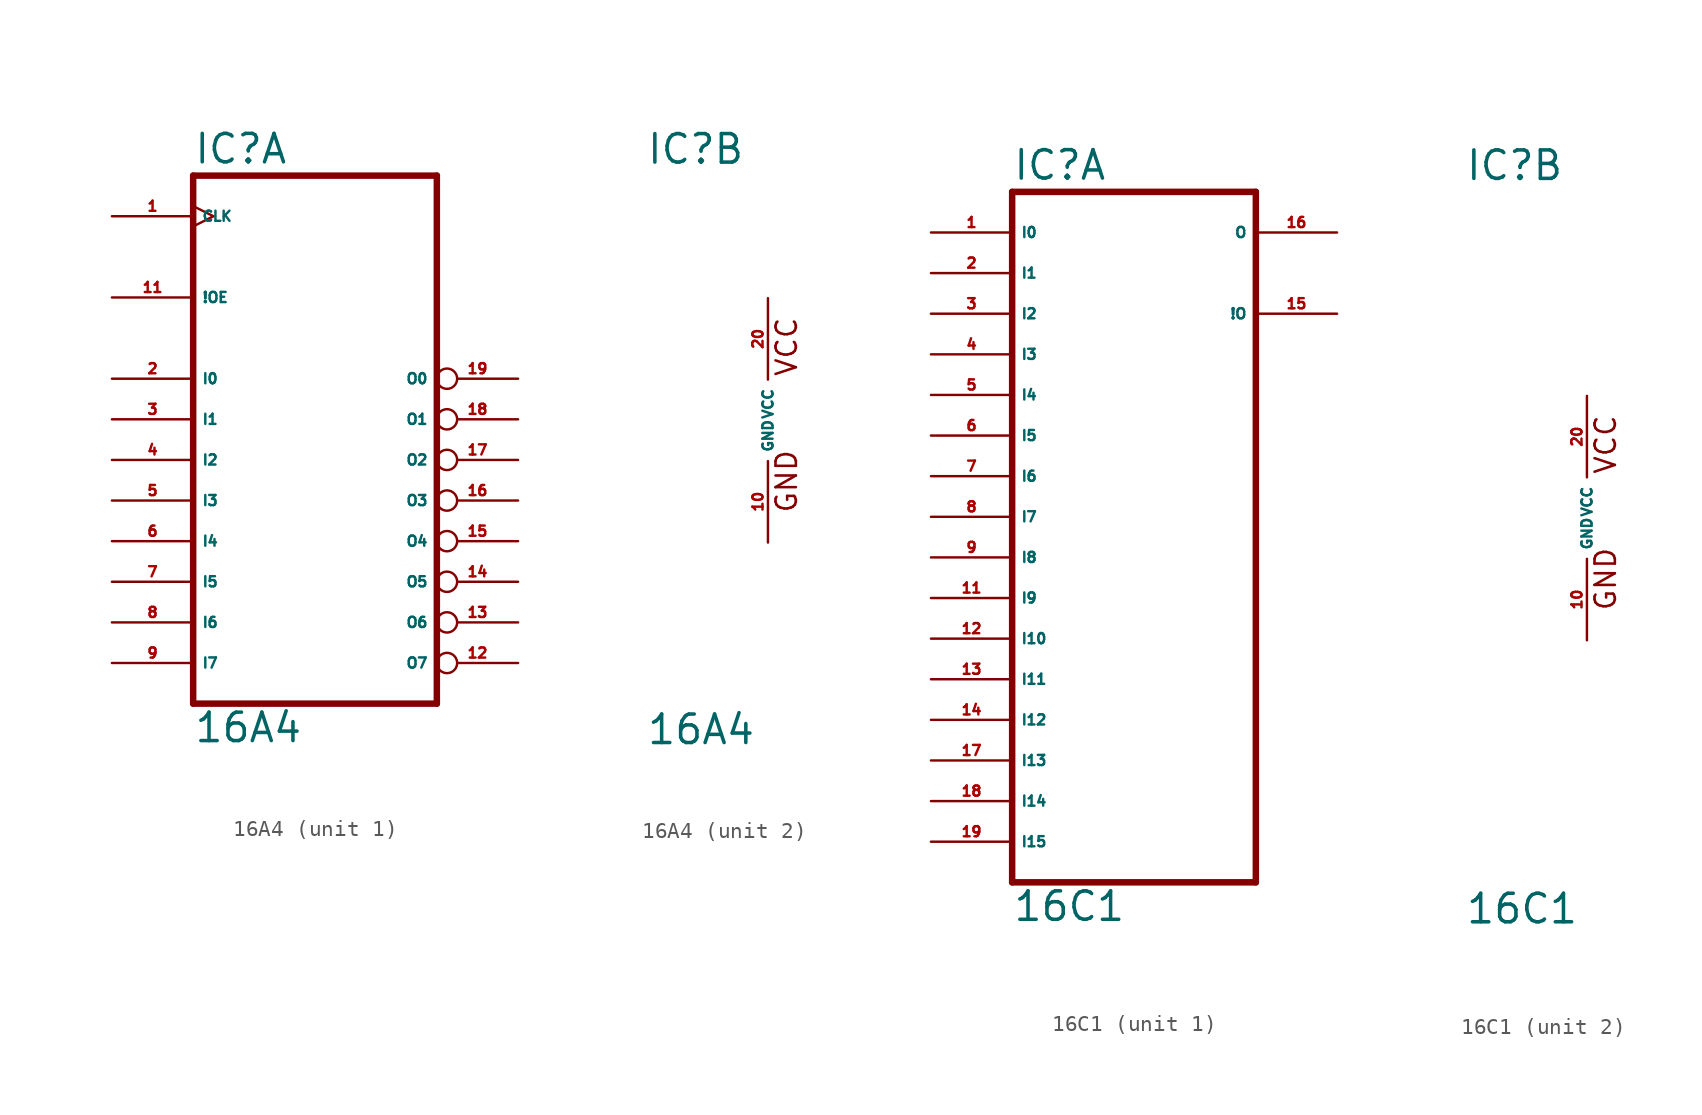
<source format=kicad_sym>
(kicad_symbol_lib
  (version 20220914)
  (generator Eagle2Kicad)
  (symbol "16A4"
    (property "Reference" "IC"
      (at -7.62 15.875 0)
      (effects (font (size 1.778 1.778) (thickness 0.22)) (justify left bottom)))
    (property "Value" "16A4"
      (at -7.62 -20.32 0)
      (effects (font (size 1.778 1.778) (thickness 0.22)) (justify left bottom)))
    (symbol "16A4_1_0"
      (polyline (pts (xy -7.62 -17.78) (xy 7.62 -17.78)) (stroke (width 0.406) (type default)) (fill (type none)))
      (polyline (pts (xy 7.62 -17.78) (xy 7.62 15.24)) (stroke (width 0.406) (type default)) (fill (type none)))
      (polyline (pts (xy 7.62 15.24) (xy -7.62 15.24)) (stroke (width 0.406) (type default)) (fill (type none)))
      (polyline (pts (xy -7.62 15.24) (xy -7.62 -17.78)) (stroke (width 0.406) (type default)) (fill (type none)))
      (pin input clock (at -12.7 12.7 0) (length 5.08) (name "CLK" (effects (font (size 0.635 0.635) (thickness 0.08)) (justify left bottom))) (number "1" (effects (font (size 0.635 0.635) (thickness 0.08)) (justify left bottom))))
      (pin input line (at -12.7 2.54 0) (length 5.08) (name "I0" (effects (font (size 0.635 0.635) (thickness 0.08)) (justify left bottom))) (number "2" (effects (font (size 0.635 0.635) (thickness 0.08)) (justify left bottom))))
      (pin input line (at -12.7 0 0) (length 5.08) (name "I1" (effects (font (size 0.635 0.635) (thickness 0.08)) (justify left bottom))) (number "3" (effects (font (size 0.635 0.635) (thickness 0.08)) (justify left bottom))))
      (pin input line (at -12.7 -2.54 0) (length 5.08) (name "I2" (effects (font (size 0.635 0.635) (thickness 0.08)) (justify left bottom))) (number "4" (effects (font (size 0.635 0.635) (thickness 0.08)) (justify left bottom))))
      (pin input line (at -12.7 -5.08 0) (length 5.08) (name "I3" (effects (font (size 0.635 0.635) (thickness 0.08)) (justify left bottom))) (number "5" (effects (font (size 0.635 0.635) (thickness 0.08)) (justify left bottom))))
      (pin input line (at -12.7 -7.62 0) (length 5.08) (name "I4" (effects (font (size 0.635 0.635) (thickness 0.08)) (justify left bottom))) (number "6" (effects (font (size 0.635 0.635) (thickness 0.08)) (justify left bottom))))
      (pin input line (at -12.7 -10.16 0) (length 5.08) (name "I5" (effects (font (size 0.635 0.635) (thickness 0.08)) (justify left bottom))) (number "7" (effects (font (size 0.635 0.635) (thickness 0.08)) (justify left bottom))))
      (pin input line (at -12.7 -12.7 0) (length 5.08) (name "I6" (effects (font (size 0.635 0.635) (thickness 0.08)) (justify left bottom))) (number "8" (effects (font (size 0.635 0.635) (thickness 0.08)) (justify left bottom))))
      (pin input line (at -12.7 -15.24 0) (length 5.08) (name "I7" (effects (font (size 0.635 0.635) (thickness 0.08)) (justify left bottom))) (number "9" (effects (font (size 0.635 0.635) (thickness 0.08)) (justify left bottom))))
      (pin input line (at -12.7 7.62 0) (length 5.08) (name "!OE" (effects (font (size 0.635 0.635) (thickness 0.08)) (justify left bottom))) (number "11" (effects (font (size 0.635 0.635) (thickness 0.08)) (justify left bottom))))
      (pin bidirectional inverted (at 12.7 -15.24 180) (length 5.08) (name "O7" (effects (font (size 0.635 0.635) (thickness 0.08)) (justify left bottom))) (number "12" (effects (font (size 0.635 0.635) (thickness 0.08)) (justify left bottom))))
      (pin bidirectional inverted (at 12.7 -12.7 180) (length 5.08) (name "O6" (effects (font (size 0.635 0.635) (thickness 0.08)) (justify left bottom))) (number "13" (effects (font (size 0.635 0.635) (thickness 0.08)) (justify left bottom))))
      (pin tri_state inverted (at 12.7 -10.16 180) (length 5.08) (name "O5" (effects (font (size 0.635 0.635) (thickness 0.08)) (justify left bottom))) (number "14" (effects (font (size 0.635 0.635) (thickness 0.08)) (justify left bottom))))
      (pin tri_state inverted (at 12.7 -7.62 180) (length 5.08) (name "O4" (effects (font (size 0.635 0.635) (thickness 0.08)) (justify left bottom))) (number "15" (effects (font (size 0.635 0.635) (thickness 0.08)) (justify left bottom))))
      (pin tri_state inverted (at 12.7 -5.08 180) (length 5.08) (name "O3" (effects (font (size 0.635 0.635) (thickness 0.08)) (justify left bottom))) (number "16" (effects (font (size 0.635 0.635) (thickness 0.08)) (justify left bottom))))
      (pin tri_state inverted (at 12.7 -2.54 180) (length 5.08) (name "O2" (effects (font (size 0.635 0.635) (thickness 0.08)) (justify left bottom))) (number "17" (effects (font (size 0.635 0.635) (thickness 0.08)) (justify left bottom))))
      (pin bidirectional inverted (at 12.7 0 180) (length 5.08) (name "O1" (effects (font (size 0.635 0.635) (thickness 0.08)) (justify left bottom))) (number "18" (effects (font (size 0.635 0.635) (thickness 0.08)) (justify left bottom))))
      (pin bidirectional inverted (at 12.7 2.54 180) (length 5.08) (name "O0" (effects (font (size 0.635 0.635) (thickness 0.08)) (justify left bottom))) (number "19" (effects (font (size 0.635 0.635) (thickness 0.08)) (justify left bottom)))))
    (symbol "16A4_2_0"
      (text "GND" (at 1.905 -5.842 900) (effects (font (size 1.27 1.27) (thickness 0.16)) (justify left bottom)))
      (text "VCC" (at 1.905 2.667 900) (effects (font (size 1.27 1.27) (thickness 0.16)) (justify left bottom)))
      (pin unspecified line (at 0 -7.62 90) (length 5.08) (name "GND" (effects (font (size 0.635 0.635) (thickness 0.08)) (justify left bottom))) (number "10" (effects (font (size 0.635 0.635) (thickness 0.08)) (justify left bottom))))
      (pin unspecified line (at 0 7.62 270) (length 5.08) (name "VCC" (effects (font (size 0.635 0.635) (thickness 0.08)) (justify left bottom))) (number "20" (effects (font (size 0.635 0.635) (thickness 0.08)) (justify left bottom))))))
  (symbol "16C1"
    (property "Reference" "IC"
      (at -7.62 20.955 0)
      (effects (font (size 1.778 1.778) (thickness 0.22)) (justify left bottom)))
    (property "Value" "16C1"
      (at -7.62 -25.4 0)
      (effects (font (size 1.778 1.778) (thickness 0.22)) (justify left bottom)))
    (symbol "16C1_1_0"
      (polyline (pts (xy -7.62 20.32) (xy 7.62 20.32)) (stroke (width 0.406) (type default)) (fill (type none)))
      (polyline (pts (xy 7.62 -22.86) (xy 7.62 20.32)) (stroke (width 0.406) (type default)) (fill (type none)))
      (polyline (pts (xy 7.62 -22.86) (xy -7.62 -22.86)) (stroke (width 0.406) (type default)) (fill (type none)))
      (polyline (pts (xy -7.62 20.32) (xy -7.62 -22.86)) (stroke (width 0.406) (type default)) (fill (type none)))
      (pin input line (at -12.7 17.78 0) (length 5.08) (name "I0" (effects (font (size 0.635 0.635) (thickness 0.08)) (justify left bottom))) (number "1" (effects (font (size 0.635 0.635) (thickness 0.08)) (justify left bottom))))
      (pin input line (at -12.7 15.24 0) (length 5.08) (name "I1" (effects (font (size 0.635 0.635) (thickness 0.08)) (justify left bottom))) (number "2" (effects (font (size 0.635 0.635) (thickness 0.08)) (justify left bottom))))
      (pin input line (at -12.7 12.7 0) (length 5.08) (name "I2" (effects (font (size 0.635 0.635) (thickness 0.08)) (justify left bottom))) (number "3" (effects (font (size 0.635 0.635) (thickness 0.08)) (justify left bottom))))
      (pin input line (at -12.7 10.16 0) (length 5.08) (name "I3" (effects (font (size 0.635 0.635) (thickness 0.08)) (justify left bottom))) (number "4" (effects (font (size 0.635 0.635) (thickness 0.08)) (justify left bottom))))
      (pin input line (at -12.7 7.62 0) (length 5.08) (name "I4" (effects (font (size 0.635 0.635) (thickness 0.08)) (justify left bottom))) (number "5" (effects (font (size 0.635 0.635) (thickness 0.08)) (justify left bottom))))
      (pin input line (at -12.7 5.08 0) (length 5.08) (name "I5" (effects (font (size 0.635 0.635) (thickness 0.08)) (justify left bottom))) (number "6" (effects (font (size 0.635 0.635) (thickness 0.08)) (justify left bottom))))
      (pin input line (at -12.7 2.54 0) (length 5.08) (name "I6" (effects (font (size 0.635 0.635) (thickness 0.08)) (justify left bottom))) (number "7" (effects (font (size 0.635 0.635) (thickness 0.08)) (justify left bottom))))
      (pin input line (at -12.7 0 0) (length 5.08) (name "I7" (effects (font (size 0.635 0.635) (thickness 0.08)) (justify left bottom))) (number "8" (effects (font (size 0.635 0.635) (thickness 0.08)) (justify left bottom))))
      (pin input line (at -12.7 -2.54 0) (length 5.08) (name "I8" (effects (font (size 0.635 0.635) (thickness 0.08)) (justify left bottom))) (number "9" (effects (font (size 0.635 0.635) (thickness 0.08)) (justify left bottom))))
      (pin input line (at -12.7 -5.08 0) (length 5.08) (name "I9" (effects (font (size 0.635 0.635) (thickness 0.08)) (justify left bottom))) (number "11" (effects (font (size 0.635 0.635) (thickness 0.08)) (justify left bottom))))
      (pin input line (at -12.7 -7.62 0) (length 5.08) (name "I10" (effects (font (size 0.635 0.635) (thickness 0.08)) (justify left bottom))) (number "12" (effects (font (size 0.635 0.635) (thickness 0.08)) (justify left bottom))))
      (pin input line (at -12.7 -10.16 0) (length 5.08) (name "I11" (effects (font (size 0.635 0.635) (thickness 0.08)) (justify left bottom))) (number "13" (effects (font (size 0.635 0.635) (thickness 0.08)) (justify left bottom))))
      (pin input line (at -12.7 -12.7 0) (length 5.08) (name "I12" (effects (font (size 0.635 0.635) (thickness 0.08)) (justify left bottom))) (number "14" (effects (font (size 0.635 0.635) (thickness 0.08)) (justify left bottom))))
      (pin input line (at -12.7 -15.24 0) (length 5.08) (name "I13" (effects (font (size 0.635 0.635) (thickness 0.08)) (justify left bottom))) (number "17" (effects (font (size 0.635 0.635) (thickness 0.08)) (justify left bottom))))
      (pin input line (at -12.7 -17.78 0) (length 5.08) (name "I14" (effects (font (size 0.635 0.635) (thickness 0.08)) (justify left bottom))) (number "18" (effects (font (size 0.635 0.635) (thickness 0.08)) (justify left bottom))))
      (pin input line (at -12.7 -20.32 0) (length 5.08) (name "I15" (effects (font (size 0.635 0.635) (thickness 0.08)) (justify left bottom))) (number "19" (effects (font (size 0.635 0.635) (thickness 0.08)) (justify left bottom))))
      (pin output line (at 12.7 17.78 180) (length 5.08) (name "O" (effects (font (size 0.635 0.635) (thickness 0.08)) (justify left bottom))) (number "16" (effects (font (size 0.635 0.635) (thickness 0.08)) (justify left bottom))))
      (pin output line (at 12.7 12.7 180) (length 5.08) (name "!O" (effects (font (size 0.635 0.635) (thickness 0.08)) (justify left bottom))) (number "15" (effects (font (size 0.635 0.635) (thickness 0.08)) (justify left bottom)))))
    (symbol "16C1_2_0"
      (text "GND" (at 1.905 -5.842 900) (effects (font (size 1.27 1.27) (thickness 0.16)) (justify left bottom)))
      (text "VCC" (at 1.905 2.667 900) (effects (font (size 1.27 1.27) (thickness 0.16)) (justify left bottom)))
      (pin unspecified line (at 0 -7.62 90) (length 5.08) (name "GND" (effects (font (size 0.635 0.635) (thickness 0.08)) (justify left bottom))) (number "10" (effects (font (size 0.635 0.635) (thickness 0.08)) (justify left bottom))))
      (pin unspecified line (at 0 7.62 270) (length 5.08) (name "VCC" (effects (font (size 0.635 0.635) (thickness 0.08)) (justify left bottom))) (number "20" (effects (font (size 0.635 0.635) (thickness 0.08)) (justify left bottom)))))))
</source>
